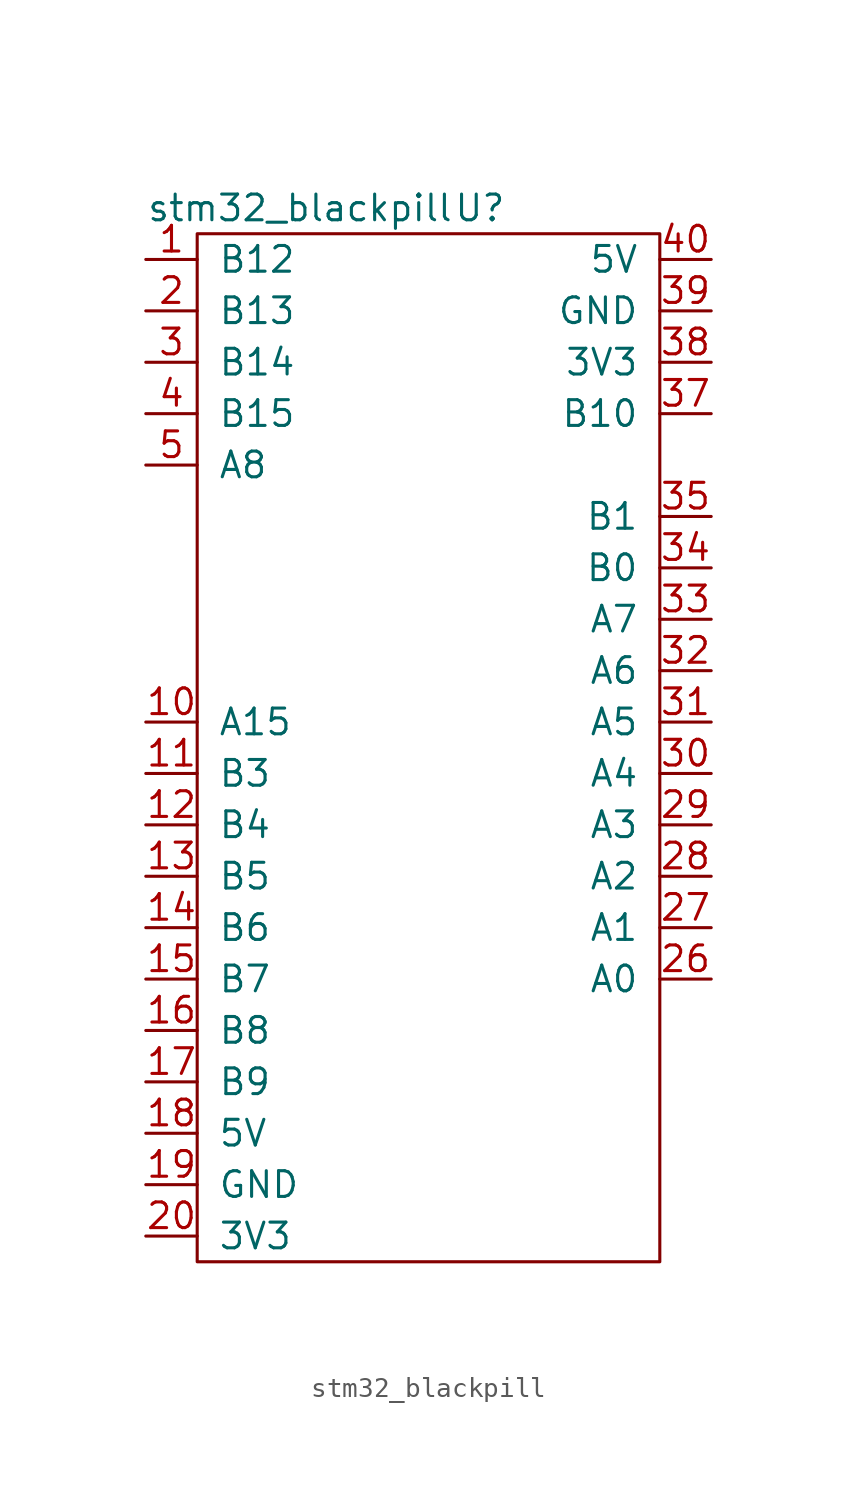
<source format=kicad_sym>
(kicad_symbol_lib
  (version 20211014)
  (generator kicad_symbol_editor)
  (symbol "stm32_blackpill"
    (pin_names
      (offset 1.016))
    (property "Reference" "U"
      (at 2.54 26.67 0)
      (effects (font (size 1.27 1.27))))
    (property "Value" "stm32_blackpill"
      (at -6.35 26.67 0)
      (effects (font (size 1.27 1.27))))
    (symbol "stm32_blackpill_0_1"
      (rectangle (start -11.43 25.4) (end 11.43 -25.4) (stroke (width 0) (type default) (color 0 0 0 0)) (fill (type none))))
    (symbol "stm32_blackpill_1_1"
      (pin bidirectional line (at -13.97 24.13 0) (length 2.54) (name "B12" (effects (font (size 1.27 1.27)))) (number "1" (effects (font (size 1.27 1.27)))))
      (pin bidirectional line (at -13.97 1.27 0) (length 2.54) (name "A15" (effects (font (size 1.27 1.27)))) (number "10" (effects (font (size 1.27 1.27)))))
      (pin bidirectional line (at -13.97 -1.27 0) (length 2.54) (name "B3" (effects (font (size 1.27 1.27)))) (number "11" (effects (font (size 1.27 1.27)))))
      (pin bidirectional line (at -13.97 -3.81 0) (length 2.54) (name "B4" (effects (font (size 1.27 1.27)))) (number "12" (effects (font (size 1.27 1.27)))))
      (pin bidirectional line (at -13.97 -6.35 0) (length 2.54) (name "B5" (effects (font (size 1.27 1.27)))) (number "13" (effects (font (size 1.27 1.27)))))
      (pin bidirectional line (at -13.97 -8.89 0) (length 2.54) (name "B6" (effects (font (size 1.27 1.27)))) (number "14" (effects (font (size 1.27 1.27)))))
      (pin bidirectional line (at -13.97 -11.43 0) (length 2.54) (name "B7" (effects (font (size 1.27 1.27)))) (number "15" (effects (font (size 1.27 1.27)))))
      (pin bidirectional line (at -13.97 -13.97 0) (length 2.54) (name "B8" (effects (font (size 1.27 1.27)))) (number "16" (effects (font (size 1.27 1.27)))))
      (pin bidirectional line (at -13.97 -16.51 0) (length 2.54) (name "B9" (effects (font (size 1.27 1.27)))) (number "17" (effects (font (size 1.27 1.27)))))
      (pin power_in line (at -13.97 -19.05 0) (length 2.54) (name "5V" (effects (font (size 1.27 1.27)))) (number "18" (effects (font (size 1.27 1.27)))))
      (pin power_in line (at -13.97 -21.59 0) (length 2.54) (name "GND" (effects (font (size 1.27 1.27)))) (number "19" (effects (font (size 1.27 1.27)))))
      (pin bidirectional line (at -13.97 21.59 0) (length 2.54) (name "B13" (effects (font (size 1.27 1.27)))) (number "2" (effects (font (size 1.27 1.27)))))
      (pin power_in line (at -13.97 -24.13 0) (length 2.54) (name "3V3" (effects (font (size 1.27 1.27)))) (number "20" (effects (font (size 1.27 1.27)))))
      (pin bidirectional line (at 13.97 -11.43 180) (length 2.54) (name "A0" (effects (font (size 1.27 1.27)))) (number "26" (effects (font (size 1.27 1.27)))))
      (pin bidirectional line (at 13.97 -8.89 180) (length 2.54) (name "A1" (effects (font (size 1.27 1.27)))) (number "27" (effects (font (size 1.27 1.27)))))
      (pin bidirectional line (at 13.97 -6.35 180) (length 2.54) (name "A2" (effects (font (size 1.27 1.27)))) (number "28" (effects (font (size 1.27 1.27)))))
      (pin bidirectional line (at 13.97 -3.81 180) (length 2.54) (name "A3" (effects (font (size 1.27 1.27)))) (number "29" (effects (font (size 1.27 1.27)))))
      (pin bidirectional line (at -13.97 19.05 0) (length 2.54) (name "B14" (effects (font (size 1.27 1.27)))) (number "3" (effects (font (size 1.27 1.27)))))
      (pin bidirectional line (at 13.97 -1.27 180) (length 2.54) (name "A4" (effects (font (size 1.27 1.27)))) (number "30" (effects (font (size 1.27 1.27)))))
      (pin bidirectional line (at 13.97 1.27 180) (length 2.54) (name "A5" (effects (font (size 1.27 1.27)))) (number "31" (effects (font (size 1.27 1.27)))))
      (pin bidirectional line (at 13.97 3.81 180) (length 2.54) (name "A6" (effects (font (size 1.27 1.27)))) (number "32" (effects (font (size 1.27 1.27)))))
      (pin bidirectional line (at 13.97 6.35 180) (length 2.54) (name "A7" (effects (font (size 1.27 1.27)))) (number "33" (effects (font (size 1.27 1.27)))))
      (pin bidirectional line (at 13.97 8.89 180) (length 2.54) (name "B0" (effects (font (size 1.27 1.27)))) (number "34" (effects (font (size 1.27 1.27)))))
      (pin bidirectional line (at 13.97 11.43 180) (length 2.54) (name "B1" (effects (font (size 1.27 1.27)))) (number "35" (effects (font (size 1.27 1.27)))))
      (pin bidirectional line (at 13.97 16.51 180) (length 2.54) (name "B10" (effects (font (size 1.27 1.27)))) (number "37" (effects (font (size 1.27 1.27)))))
      (pin power_in line (at 13.97 19.05 180) (length 2.54) (name "3V3" (effects (font (size 1.27 1.27)))) (number "38" (effects (font (size 1.27 1.27)))))
      (pin power_in line (at 13.97 21.59 180) (length 2.54) (name "GND" (effects (font (size 1.27 1.27)))) (number "39" (effects (font (size 1.27 1.27)))))
      (pin bidirectional line (at -13.97 16.51 0) (length 2.54) (name "B15" (effects (font (size 1.27 1.27)))) (number "4" (effects (font (size 1.27 1.27)))))
      (pin power_in line (at 13.97 24.13 180) (length 2.54) (name "5V" (effects (font (size 1.27 1.27)))) (number "40" (effects (font (size 1.27 1.27)))))
      (pin bidirectional line (at -13.97 13.97 0) (length 2.54) (name "A8" (effects (font (size 1.27 1.27)))) (number "5" (effects (font (size 1.27 1.27))))))))
</source>
